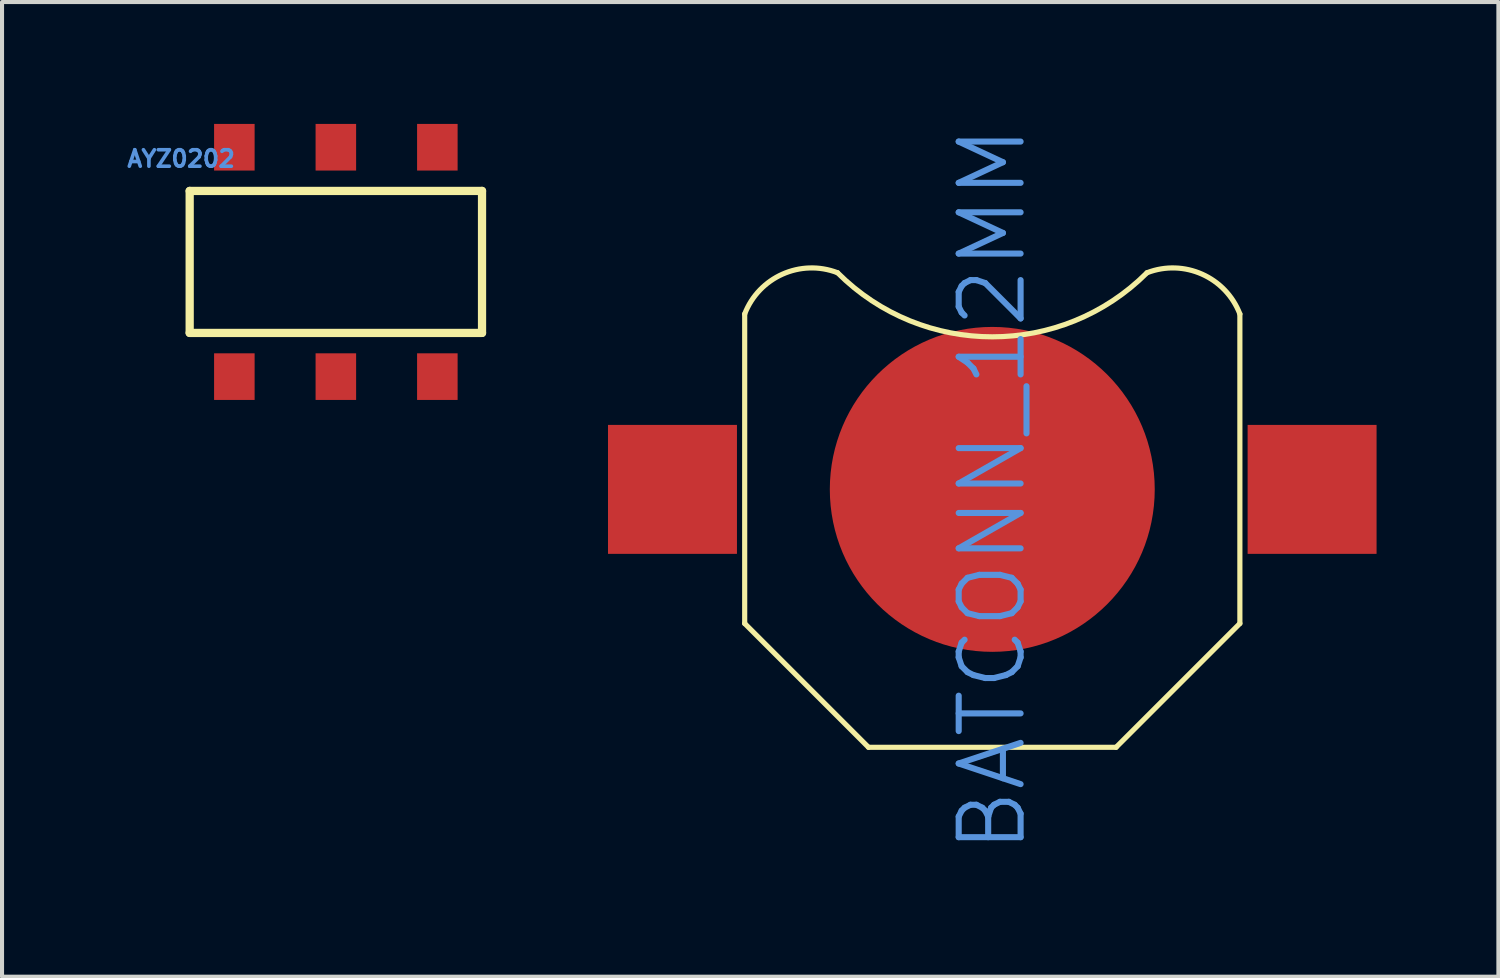
<source format=kicad_pcb>
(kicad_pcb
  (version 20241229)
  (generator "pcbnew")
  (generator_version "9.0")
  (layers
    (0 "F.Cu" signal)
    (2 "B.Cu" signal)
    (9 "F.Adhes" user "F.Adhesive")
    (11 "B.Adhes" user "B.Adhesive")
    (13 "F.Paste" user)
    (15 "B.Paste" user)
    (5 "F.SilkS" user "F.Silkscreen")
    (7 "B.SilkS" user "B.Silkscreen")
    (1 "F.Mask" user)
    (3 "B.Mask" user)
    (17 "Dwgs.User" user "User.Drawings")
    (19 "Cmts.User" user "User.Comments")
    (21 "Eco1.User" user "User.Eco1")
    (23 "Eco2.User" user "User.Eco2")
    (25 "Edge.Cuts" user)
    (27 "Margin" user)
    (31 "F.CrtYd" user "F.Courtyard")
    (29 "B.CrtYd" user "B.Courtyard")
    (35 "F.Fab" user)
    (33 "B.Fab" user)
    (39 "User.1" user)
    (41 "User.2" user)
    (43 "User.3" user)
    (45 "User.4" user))
  (footprint "BATCONN_12MM"
    (layer "F.Cu")
    (at 21.381 8.999)
    (property "Reference" "BATCONN_12MM" (at 0 0 270) (layer "Cmts.User") (effects (font (size 1.524 1.524) (thickness 0.15))))
    (attr smd)
    (fp_line (start -6.096 3.302) (end -6.096 -4.318) (stroke (width 0.127) (type solid)) (layer "F.SilkS"))
    (fp_line (start -3.048 6.35) (end -6.096 3.302) (stroke (width 0.127) (type solid)) (layer "F.SilkS"))
    (fp_line (start 3.048 6.35) (end -3.048 6.35) (stroke (width 0.127) (type solid)) (layer "F.SilkS"))
    (fp_line (start 6.096 -4.318) (end 6.096 3.302) (stroke (width 0.127) (type solid)) (layer "F.SilkS"))
    (fp_line (start 6.096 3.302) (end 3.048 6.35) (stroke (width 0.127) (type solid)) (layer "F.SilkS"))
    (fp_arc (start -6.096 -4.318) (mid -5.16342 -5.299446) (end -3.81 -5.334) (stroke (width 0.127) (type solid)) (layer "F.SilkS"))
    (fp_arc (start 3.81 -5.334) (mid 0 -3.755846) (end -3.81 -5.334) (stroke (width 0.127) (type solid)) (layer "F.SilkS"))
    (fp_arc (start 3.81 -5.334) (mid 5.16342 -5.299446) (end 6.096 -4.318) (stroke (width 0.127) (type solid)) (layer "F.SilkS"))
    (pad "1" smd rect (at -7.874 0) (size 3.175 3.175) (layers "F.Cu" "F.Mask" "F.Paste"))
    (pad "1" smd rect (at 7.874 0) (size 3.175 3.175) (layers "F.Cu" "F.Mask" "F.Paste"))
    (pad "2" smd circle (at 0 0) (size 8 8) (layers "F.Cu" "F.Mask" "F.Paste")))
  (footprint "AYZ0202"
    (layer "F.Cu")
    (at 5.219 3.399)
    (property "Reference" "AYZ0202" (at -3.81 -2.54 0) (layer "Cmts.User") (effects (font (size 0.406 0.406) (thickness 0.089))))
    (attr smd)
    (fp_line (start -3.599 -1.748) (end -3.599 1.748) (stroke (width 0.203) (type solid)) (layer "F.SilkS"))
    (fp_line (start -3.599 1.748) (end 3.599 1.748) (stroke (width 0.203) (type solid)) (layer "F.SilkS"))
    (fp_line (start 3.599 -1.748) (end -3.599 -1.748) (stroke (width 0.203) (type solid)) (layer "F.SilkS"))
    (fp_line (start 3.599 1.748) (end 3.599 -1.748) (stroke (width 0.203) (type solid)) (layer "F.SilkS"))
    (pad "1" smd rect (at -2.499 -2.824) (size 0.998 1.148) (layers "F.Cu" "F.Mask" "F.Paste"))
    (pad "2" smd rect (at 0 -2.824) (size 0.998 1.148) (layers "F.Cu" "F.Mask" "F.Paste"))
    (pad "3" smd rect (at 2.499 -2.824) (size 0.998 1.148) (layers "F.Cu" "F.Mask" "F.Paste"))
    (pad "4" smd rect (at -2.499 2.824) (size 0.998 1.148) (layers "F.Cu" "F.Mask" "F.Paste"))
    (pad "5" smd rect (at 0 2.824) (size 0.998 1.148) (layers "F.Cu" "F.Mask" "F.Paste"))
    (pad "6" smd rect (at 2.499 2.824) (size 0.998 1.148) (layers "F.Cu" "F.Mask" "F.Paste")))
  (gr_rect
    (start -3 -3)
    (end 33.842 20.998)
    (stroke (width 0.1) (type default))
    (fill no)
    (layer "Edge.Cuts")))
</source>
